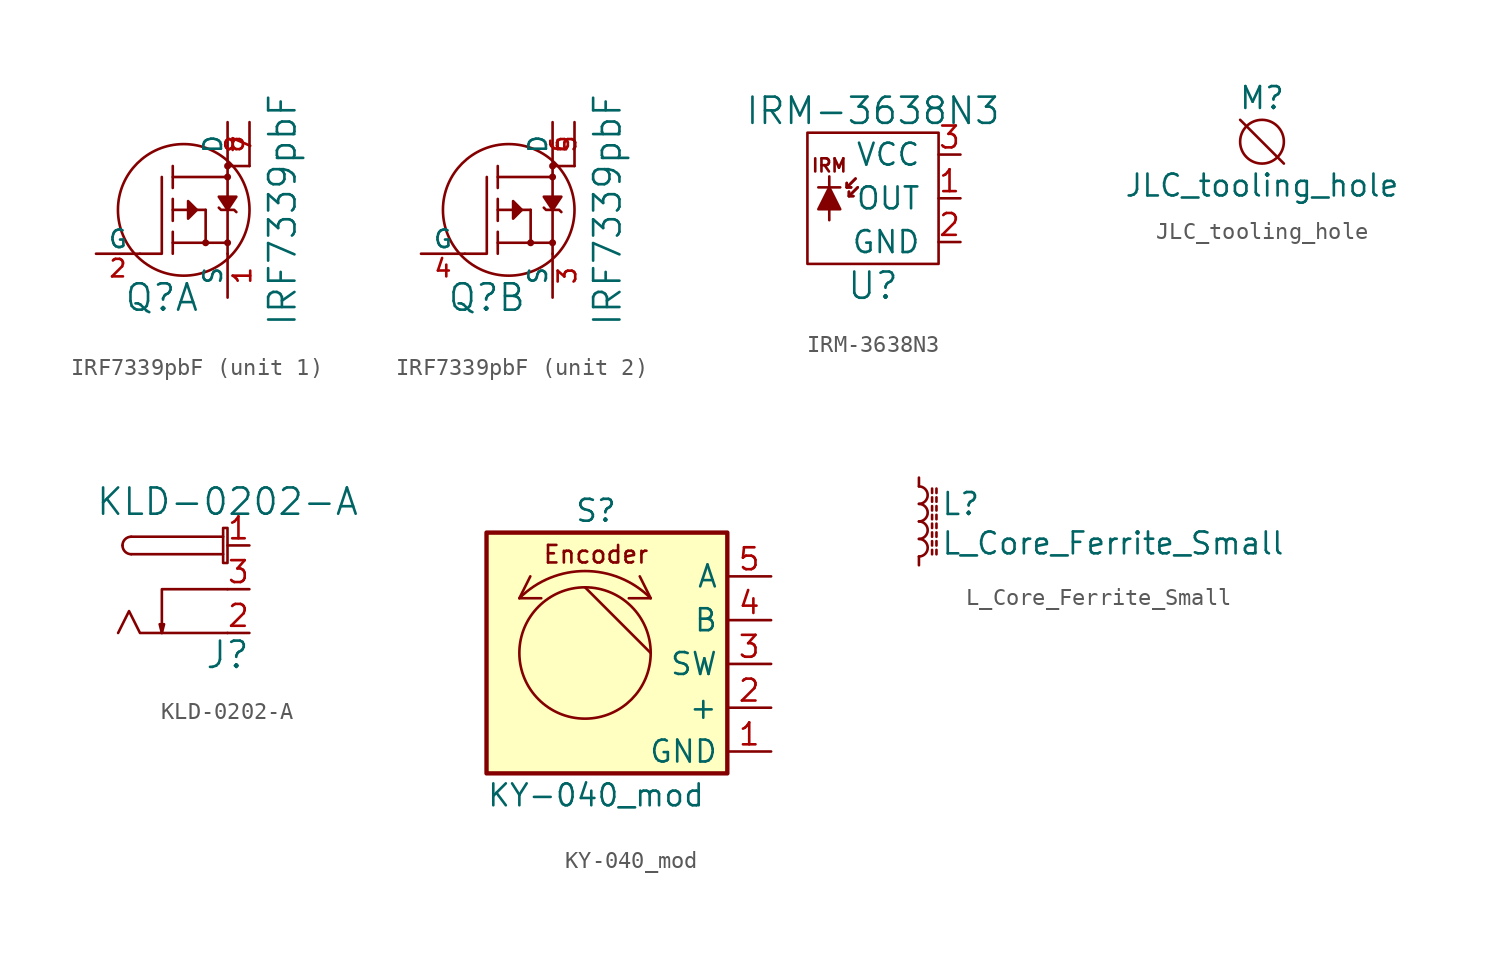
<source format=kicad_sym>
(kicad_symbol_lib
  (version 20211014)
  (generator kicad_symbol_editor)
  (symbol "IRF7339pbF"
    (pin_names
      (offset 0))
    (property "Reference" "Q"
      (at -1.27 -5.08 0)
      (effects (font (size 1.524 1.524))))
    (property "Value" "IRF7339pbF"
      (at 5.715 0 90)
      (effects (font (size 1.524 1.524))))
    (symbol "IRF7339pbF_0_1"
      (polyline (pts (xy -0.635 -1.27) (xy -0.635 -2.54)) (stroke (width 0) (type default) (color 0 0 0 0)) (fill (type none)))
      (polyline (pts (xy -0.635 0) (xy 1.27 0)) (stroke (width 0) (type default) (color 0 0 0 0)) (fill (type none)))
      (polyline (pts (xy -0.635 0.635) (xy -0.635 -0.635)) (stroke (width 0) (type default) (color 0 0 0 0)) (fill (type none)))
      (polyline (pts (xy -0.635 1.27) (xy -0.635 2.54)) (stroke (width 0) (type default) (color 0 0 0 0)) (fill (type none)))
      (polyline (pts (xy -0.635 1.905) (xy 2.54 1.905)) (stroke (width 0) (type default) (color 0 0 0 0)) (fill (type none)))
      (polyline (pts (xy 1.27 0) (xy 1.27 -1.905)) (stroke (width 0) (type default) (color 0 0 0 0)) (fill (type none)))
      (polyline (pts (xy 2.54 -2.54) (xy 2.54 2.54)) (stroke (width 0) (type default) (color 0 0 0 0)) (fill (type none)))
      (polyline (pts (xy 3.81 2.54) (xy 2.54 2.54)) (stroke (width 0) (type default) (color 0 0 0 0)) (fill (type none)))
      (polyline (pts (xy -1.27 1.905) (xy -1.27 -2.54) (xy -2.54 -2.54)) (stroke (width 0) (type default) (color 0 0 0 0)) (fill (type none)))
      (polyline (pts (xy -0.635 -1.905) (xy 0.635 -1.905) (xy 2.54 -1.905)) (stroke (width 0) (type default) (color 0 0 0 0)) (fill (type none)))
      (polyline (pts (xy 0.762 0) (xy 0.254 0.508) (xy 0.254 -0.508) (xy 0.762 0)) (stroke (width 0) (type default) (color 0 0 0 0)) (fill (type outline)))
      (polyline (pts (xy 2.032 0.127) (xy 2.159 0) (xy 2.921 0) (xy 3.048 -0.127)) (stroke (width 0) (type default) (color 0 0 0 0)) (fill (type none)))
      (polyline (pts (xy 2.54 0) (xy 3.048 0.762) (xy 2.032 0.762) (xy 2.54 0)) (stroke (width 0) (type default) (color 0 0 0 0)) (fill (type outline)))
      (circle (center 0 0) (radius 3.81) (stroke (width 0) (type default) (color 0 0 0 0)) (fill (type none)))
      (circle (center 1.27 -1.905) (radius 0.127) (stroke (width 0) (type default) (color 0 0 0 0)) (fill (type none)))
      (circle (center 2.54 -1.905) (radius 0.127) (stroke (width 0) (type default) (color 0 0 0 0)) (fill (type none)))
      (circle (center 2.54 1.905) (radius 0.127) (stroke (width 0) (type default) (color 0 0 0 0)) (fill (type none)))
      (circle (center 2.54 2.54) (radius 0.127) (stroke (width 0) (type default) (color 0 0 0 0)) (fill (type none))))
    (symbol "IRF7339pbF_1_1"
      (pin passive line (at 2.54 -5.08 90) (length 2.54) (name "S" (effects (font (size 1.016 1.016)))) (number "1" (effects (font (size 1.016 1.016)))))
      (pin input line (at -5.08 -2.54 0) (length 2.54) (name "G" (effects (font (size 1.016 1.016)))) (number "2" (effects (font (size 1.016 1.016)))))
      (pin output line (at 2.54 5.08 270) (length 2.54) (name "D" (effects (font (size 1.016 1.016)))) (number "7" (effects (font (size 1.016 1.016)))))
      (pin passive line (at 3.81 5.08 270) (length 2.54) (name "~" (effects (font (size 1.016 1.016)))) (number "8" (effects (font (size 1.016 1.016))))))
    (symbol "IRF7339pbF_2_1"
      (pin passive line (at 2.54 -5.08 90) (length 2.54) (name "S" (effects (font (size 1.016 1.016)))) (number "3" (effects (font (size 1.016 1.016)))))
      (pin input line (at -5.08 -2.54 0) (length 2.54) (name "G" (effects (font (size 1.016 1.016)))) (number "4" (effects (font (size 1.016 1.016)))))
      (pin output line (at 2.54 5.08 270) (length 2.54) (name "D" (effects (font (size 1.016 1.016)))) (number "5" (effects (font (size 1.016 1.016)))))
      (pin passive line (at 3.81 5.08 270) (length 2.54) (name "~" (effects (font (size 1.016 1.016)))) (number "6" (effects (font (size 1.016 1.016)))))))
  (symbol "IRM-3638N3"
    (pin_names
      (offset 1.016))
    (property "Reference" "U"
      (at 0 -5.08 0)
      (effects (font (size 1.524 1.524))))
    (property "Value" "IRM-3638N3"
      (at 0 5.08 0)
      (effects (font (size 1.524 1.524))))
    (symbol "IRM-3638N3_0_0"
      (polyline (pts (xy -3.175 0.635) (xy -1.905 0.635)) (stroke (width 0) (type default) (color 0 0 0 0)) (fill (type none)))
      (polyline (pts (xy -2.54 1.27) (xy -2.54 -1.27)) (stroke (width 0) (type default) (color 0 0 0 0)) (fill (type none)))
      (polyline (pts (xy -1.524 0.635) (xy -1.016 1.143)) (stroke (width 0) (type default) (color 0 0 0 0)) (fill (type none)))
      (polyline (pts (xy -1.524 0.635) (xy -1.016 1.143)) (stroke (width 0) (type default) (color 0 0 0 0)) (fill (type none)))
      (polyline (pts (xy -1.397 0.127) (xy -0.889 0.635)) (stroke (width 0) (type default) (color 0 0 0 0)) (fill (type none)))
      (polyline (pts (xy -1.397 0.127) (xy -0.889 0.635)) (stroke (width 0) (type default) (color 0 0 0 0)) (fill (type none)))
      (polyline (pts (xy -1.524 0.889) (xy -1.524 0.635) (xy -1.27 0.635)) (stroke (width 0) (type default) (color 0 0 0 0)) (fill (type none)))
      (polyline (pts (xy -1.524 0.889) (xy -1.524 0.635) (xy -1.27 0.635)) (stroke (width 0) (type default) (color 0 0 0 0)) (fill (type none)))
      (polyline (pts (xy -1.397 0.381) (xy -1.397 0.127) (xy -1.143 0.127)) (stroke (width 0) (type default) (color 0 0 0 0)) (fill (type none)))
      (polyline (pts (xy -1.397 0.381) (xy -1.397 0.127) (xy -1.143 0.127)) (stroke (width 0) (type default) (color 0 0 0 0)) (fill (type none)))
      (polyline (pts (xy -2.54 0.635) (xy -3.175 -0.635) (xy -1.905 -0.635) (xy -2.54 0.635)) (stroke (width 0) (type default) (color 0 0 0 0)) (fill (type outline)))
      (rectangle (start 3.81 3.81) (end -3.81 -3.81) (stroke (width 0) (type default) (color 0 0 0 0)) (fill (type none)))
      (text "IRM" (at -2.54 1.905 0) (effects (font (size 0.762 0.762)))))
    (symbol "IRM-3638N3_0_1"
      (pin output line (at 5.08 0 180) (length 1.27) (name "OUT" (effects (font (size 1.27 1.27)))) (number "1" (effects (font (size 1.27 1.27)))))
      (pin power_in line (at 5.08 -2.54 180) (length 1.27) (name "GND" (effects (font (size 1.27 1.27)))) (number "2" (effects (font (size 1.27 1.27)))))
      (pin power_in line (at 5.08 2.54 180) (length 1.27) (name "VCC" (effects (font (size 1.27 1.27)))) (number "3" (effects (font (size 1.27 1.27)))))))
  (symbol "JLC_tooling_hole"
    (pin_names
      (offset 1.016))
    (property "Reference" "M"
      (at 0 2.54 0)
      (effects (font (size 1.27 1.27))))
    (property "Value" "JLC_tooling_hole"
      (at 0 -2.54 0)
      (effects (font (size 1.27 1.27))))
    (symbol "JLC_tooling_hole_0_1"
      (polyline (pts (xy -1.27 1.27) (xy 1.27 -1.27)) (stroke (width 0) (type default) (color 0 0 0 0)) (fill (type none)))
      (circle (center 0 0) (radius 1.27) (stroke (width 0) (type default) (color 0 0 0 0)) (fill (type none)))))
  (symbol "KLD-0202-A"
    (pin_names
      (offset 1.016))
    (property "Reference" "J"
      (at 1.27 -3.81 0)
      (effects (font (size 1.524 1.524))))
    (property "Value" "KLD-0202-A"
      (at 1.27 5.08 0)
      (effects (font (size 1.524 1.524))))
    (symbol "KLD-0202-A_0_0"
      (arc (start -4.826 2.54) (mid -4.6772 2.1808) (end -4.318 2.032) (stroke (width 0) (type default) (color 0 0 0 0)) (fill (type none)))
      (arc (start -4.318 3.048) (mid -4.6772 2.8992) (end -4.826 2.54) (stroke (width 0) (type default) (color 0 0 0 0)) (fill (type none)))
      (polyline (pts (xy 1.016 2.032) (xy -4.318 2.032)) (stroke (width 0) (type default) (color 0 0 0 0)) (fill (type none)))
      (polyline (pts (xy 1.016 3.048) (xy -4.318 3.048)) (stroke (width 0) (type default) (color 0 0 0 0)) (fill (type none)))
      (polyline (pts (xy -2.54 -2.54) (xy -2.54 0) (xy 1.27 0)) (stroke (width 0) (type default) (color 0 0 0 0)) (fill (type none)))
      (polyline (pts (xy -5.08 -2.54) (xy -4.445 -1.27) (xy -3.81 -2.54) (xy 1.27 -2.54)) (stroke (width 0) (type default) (color 0 0 0 0)) (fill (type none)))
      (polyline (pts (xy -2.54 -2.54) (xy -2.413 -2.032) (xy -2.667 -2.032) (xy -2.54 -2.54)) (stroke (width 0) (type default) (color 0 0 0 0)) (fill (type outline)))
      (rectangle (start 1.27 1.524) (end 1.016 3.556) (stroke (width 0) (type default) (color 0 0 0 0)) (fill (type none))))
    (symbol "KLD-0202-A_0_1"
      (pin power_in line (at 2.54 2.54 180) (length 1.27) (name "~" (effects (font (size 1.27 1.27)))) (number "1" (effects (font (size 1.27 1.27)))))
      (pin power_in line (at 2.54 -2.54 180) (length 1.27) (name "~" (effects (font (size 1.27 1.27)))) (number "2" (effects (font (size 1.27 1.27)))))
      (pin passive line (at 2.54 0 180) (length 1.27) (name "~" (effects (font (size 1.27 1.27)))) (number "3" (effects (font (size 1.27 1.27)))))))
  (symbol "KY-040_mod"
    (property "Reference" "S"
      (at 0 8.89 0)
      (effects (font (size 1.27 1.27))))
    (property "Value" "KY-040_mod"
      (at 0 -7.62 0)
      (effects (font (size 1.27 1.27))))
    (symbol "KY-040_mod_0_0"
      (polyline (pts (xy -0.635 4.445) (xy 3.175 0.635)) (stroke (width 0) (type default) (color 0 0 0 0)) (fill (type none)))
      (polyline (pts (xy -3.81 5.08) (xy -4.445 3.81) (xy -3.175 3.81)) (stroke (width 0) (type default) (color 0 0 0 0)) (fill (type none)))
      (polyline (pts (xy 2.54 5.08) (xy 3.175 3.81) (xy 1.905 3.81)) (stroke (width 0) (type default) (color 0 0 0 0)) (fill (type none)))
      (arc (start 3.175 3.81) (mid -0.635 5.3882) (end -4.445 3.81) (stroke (width 0) (type default) (color 0 0 0 0)) (fill (type none)))
      (text "Encoder" (at 0 6.35 0) (effects (font (size 1.016 1.016)))))
    (symbol "KY-040_mod_0_1"
      (circle (center -0.635 0.635) (radius 3.81) (stroke (width 0) (type default) (color 0 0 0 0)) (fill (type none)))
      (rectangle (start 7.62 7.62) (end -6.35 -6.35) (stroke (width 0.254) (type default) (color 0 0 0 0)) (fill (type background))))
    (symbol "KY-040_mod_1_1"
      (pin power_in line (at 10.16 -5.08 180) (length 2.54) (name "GND" (effects (font (size 1.27 1.27)))) (number "1" (effects (font (size 1.27 1.27)))))
      (pin power_in line (at 10.16 -2.54 180) (length 2.54) (name "+" (effects (font (size 1.27 1.27)))) (number "2" (effects (font (size 1.27 1.27)))))
      (pin passive line (at 10.16 0 180) (length 2.54) (name "SW" (effects (font (size 1.27 1.27)))) (number "3" (effects (font (size 1.27 1.27)))))
      (pin passive line (at 10.16 2.54 180) (length 2.54) (name "B" (effects (font (size 1.27 1.27)))) (number "4" (effects (font (size 1.27 1.27)))))
      (pin passive line (at 10.16 5.08 180) (length 2.54) (name "A" (effects (font (size 1.27 1.27)))) (number "5" (effects (font (size 1.27 1.27)))))))
  (symbol "L_Core_Ferrite_Small"
    (pin_numbers hide)
    (pin_names
      (offset 0.254) hide)
    (property "Reference" "L"
      (at 1.27 1.016 0)
      (effects (font (size 1.27 1.27)) (justify left)))
    (property "Value" "L_Core_Ferrite_Small"
      (at 1.27 -1.27 0)
      (effects (font (size 1.27 1.27)) (justify left)))
    (symbol "L_Core_Ferrite_Small_0_1"
      (arc (start 0 -2.032) (mid 0.508 -1.524) (end 0 -1.016) (stroke (width 0) (type default) (color 0 0 0 0)) (fill (type none)))
      (arc (start 0 -1.016) (mid 0.508 -0.508) (end 0 0) (stroke (width 0) (type default) (color 0 0 0 0)) (fill (type none)))
      (polyline (pts (xy 0.762 -1.905) (xy 0.762 -1.651)) (stroke (width 0) (type default) (color 0 0 0 0)) (fill (type none)))
      (polyline (pts (xy 0.762 -1.397) (xy 0.762 -1.143)) (stroke (width 0) (type default) (color 0 0 0 0)) (fill (type none)))
      (polyline (pts (xy 0.762 -0.889) (xy 0.762 -0.635)) (stroke (width 0) (type default) (color 0 0 0 0)) (fill (type none)))
      (polyline (pts (xy 0.762 -0.381) (xy 0.762 -0.127)) (stroke (width 0) (type default) (color 0 0 0 0)) (fill (type none)))
      (polyline (pts (xy 0.762 0.127) (xy 0.762 0.381)) (stroke (width 0) (type default) (color 0 0 0 0)) (fill (type none)))
      (polyline (pts (xy 0.762 0.635) (xy 0.762 0.889)) (stroke (width 0) (type default) (color 0 0 0 0)) (fill (type none)))
      (polyline (pts (xy 0.762 1.143) (xy 0.762 1.397)) (stroke (width 0) (type default) (color 0 0 0 0)) (fill (type none)))
      (polyline (pts (xy 0.762 1.651) (xy 0.762 1.905)) (stroke (width 0) (type default) (color 0 0 0 0)) (fill (type none)))
      (polyline (pts (xy 1.016 -1.651) (xy 1.016 -1.905)) (stroke (width 0) (type default) (color 0 0 0 0)) (fill (type none)))
      (polyline (pts (xy 1.016 -1.143) (xy 1.016 -1.397)) (stroke (width 0) (type default) (color 0 0 0 0)) (fill (type none)))
      (polyline (pts (xy 1.016 -0.635) (xy 1.016 -0.889)) (stroke (width 0) (type default) (color 0 0 0 0)) (fill (type none)))
      (polyline (pts (xy 1.016 -0.127) (xy 1.016 -0.381)) (stroke (width 0) (type default) (color 0 0 0 0)) (fill (type none)))
      (polyline (pts (xy 1.016 0.381) (xy 1.016 0.127)) (stroke (width 0) (type default) (color 0 0 0 0)) (fill (type none)))
      (polyline (pts (xy 1.016 0.889) (xy 1.016 0.635)) (stroke (width 0) (type default) (color 0 0 0 0)) (fill (type none)))
      (polyline (pts (xy 1.016 1.397) (xy 1.016 1.143)) (stroke (width 0) (type default) (color 0 0 0 0)) (fill (type none)))
      (polyline (pts (xy 1.016 1.905) (xy 1.016 1.651)) (stroke (width 0) (type default) (color 0 0 0 0)) (fill (type none)))
      (arc (start 0 0) (mid 0.508 0.508) (end 0 1.016) (stroke (width 0) (type default) (color 0 0 0 0)) (fill (type none)))
      (arc (start 0 1.016) (mid 0.508 1.524) (end 0 2.032) (stroke (width 0) (type default) (color 0 0 0 0)) (fill (type none))))
    (symbol "L_Core_Ferrite_Small_1_1"
      (pin passive line (at 0 2.54 270) (length 0.508) (name "~" (effects (font (size 1.27 1.27)))) (number "1" (effects (font (size 1.27 1.27)))))
      (pin passive line (at 0 -2.54 90) (length 0.508) (name "~" (effects (font (size 1.27 1.27)))) (number "2" (effects (font (size 1.27 1.27))))))))
</source>
